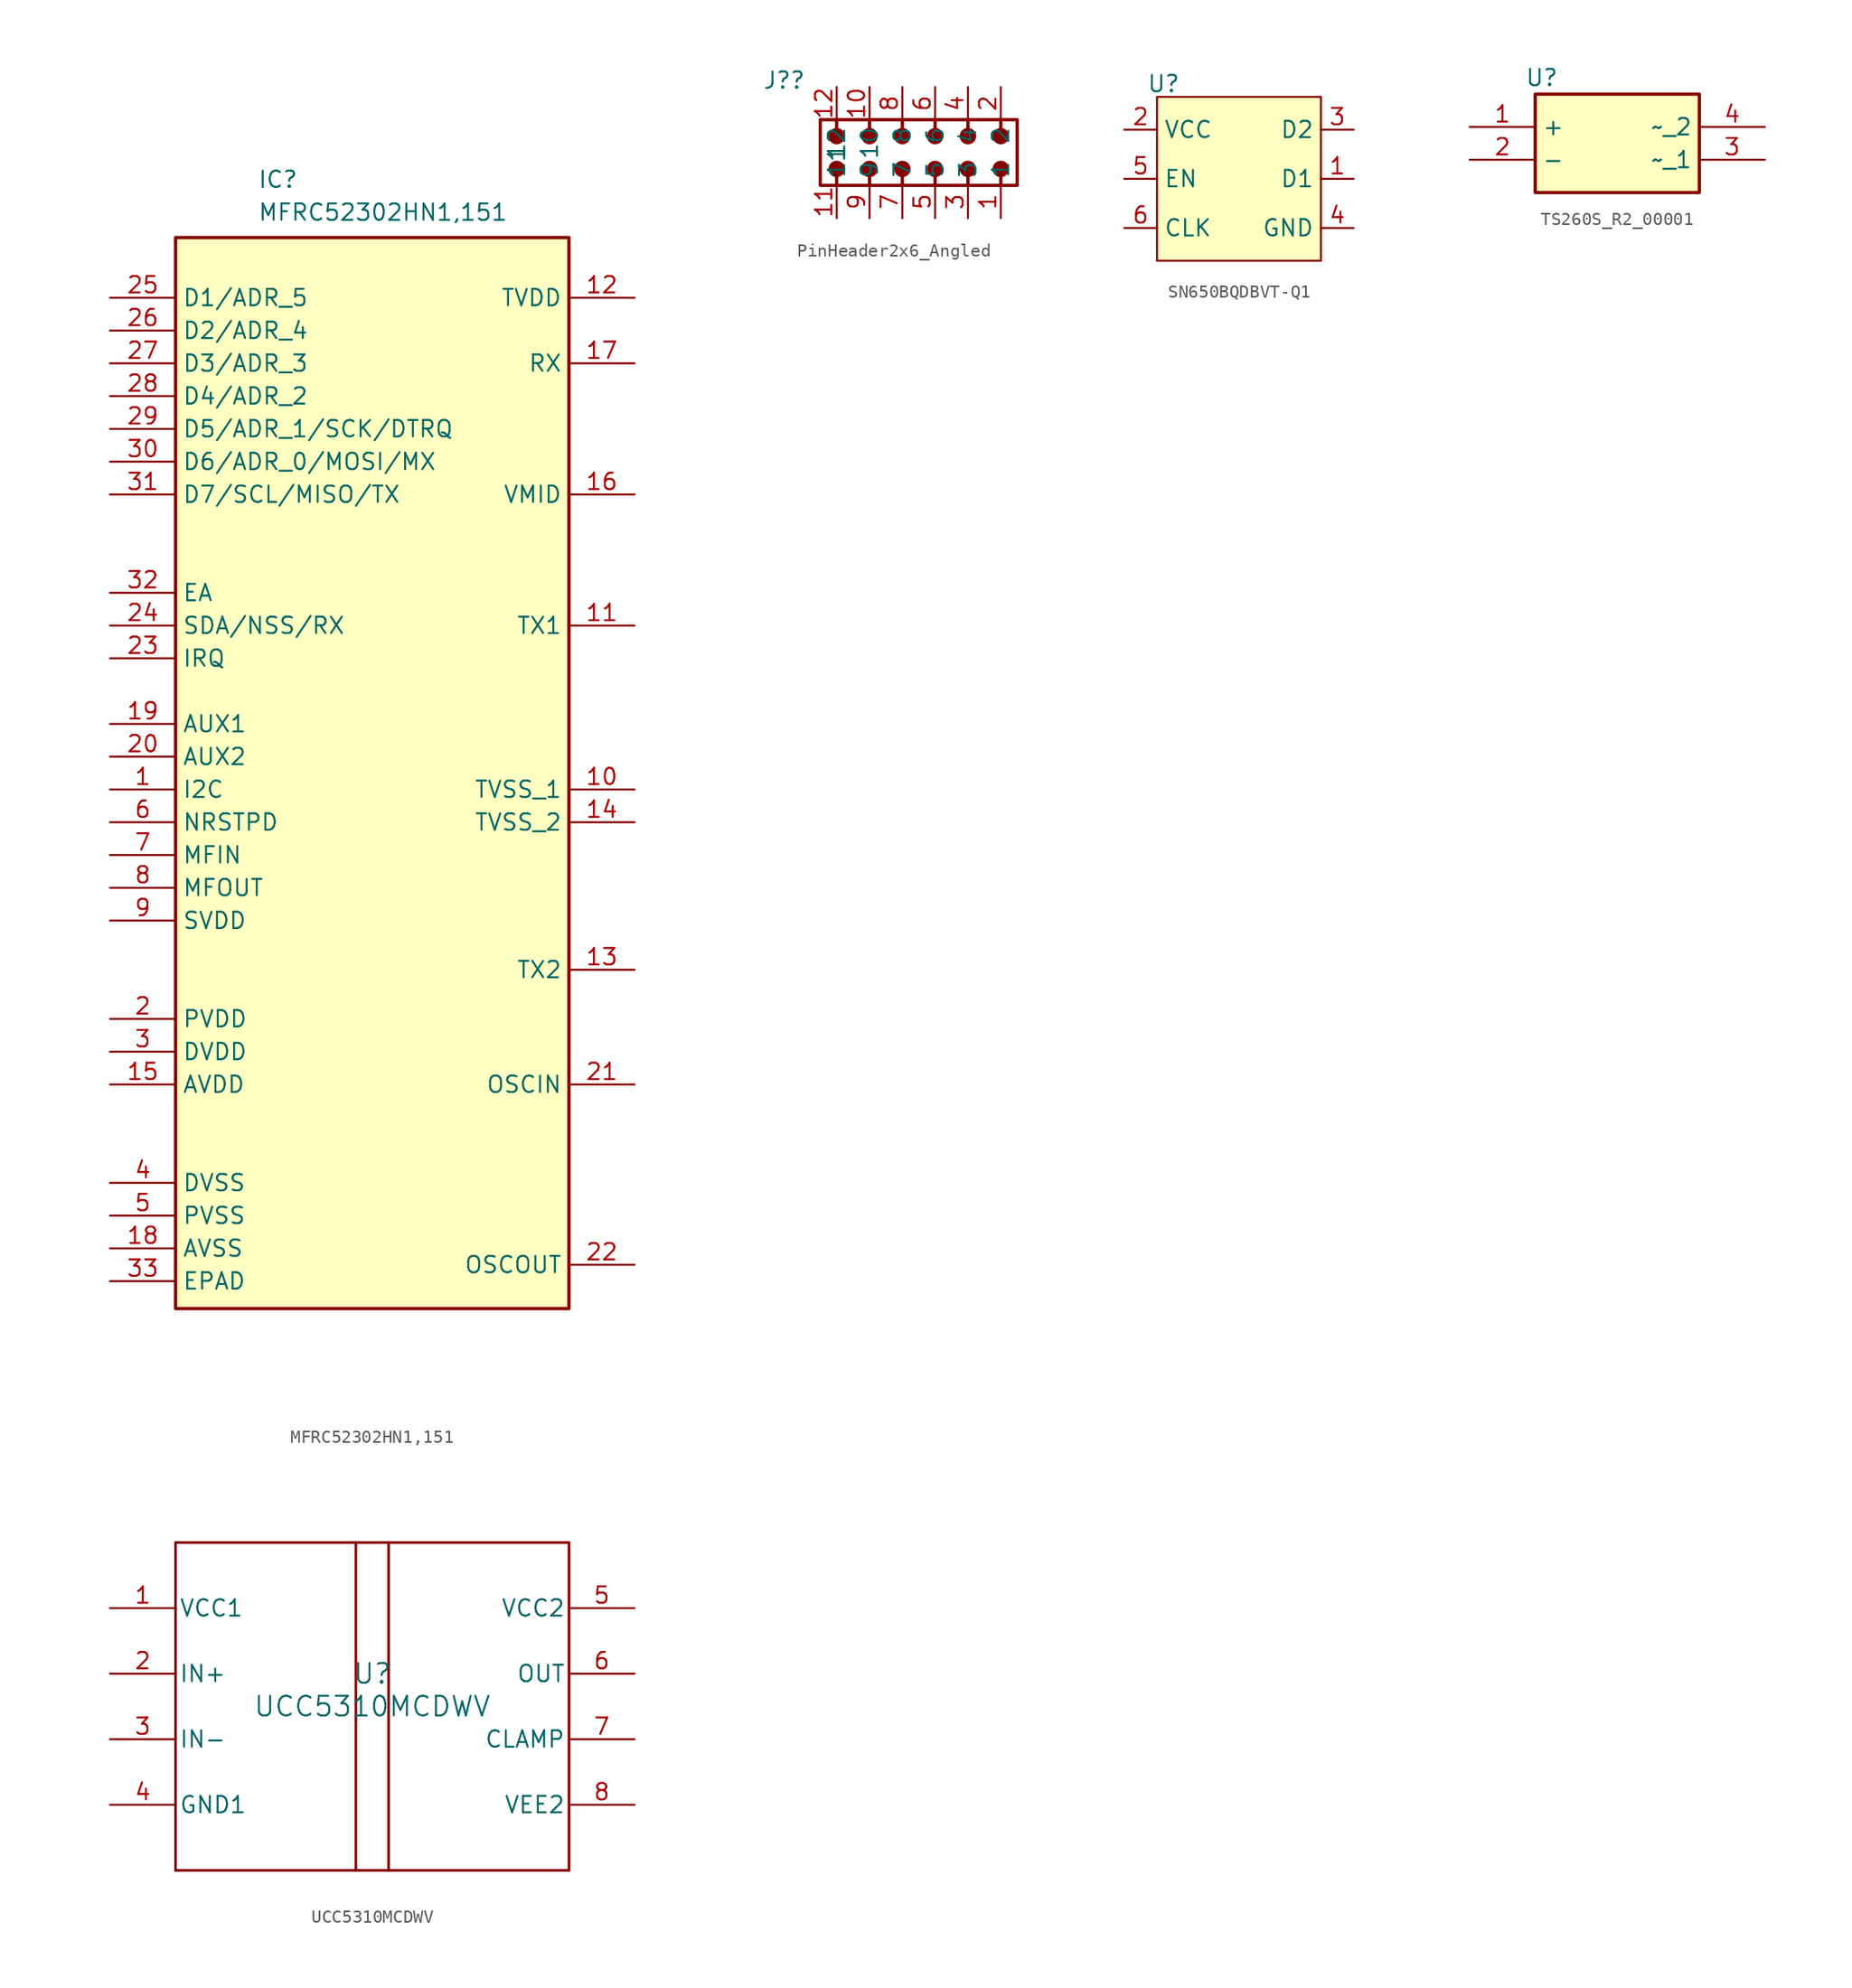
<source format=kicad_sym>
(kicad_symbol_lib
  (version 20241209)
  (generator "kicad_symbol_editor")
  (generator_version "9.0")
  (symbol "MFRC52302HN1,151"
    (property "Reference" "IC"
      (at -8.89 46.736 0)
      (effects (font (size 1.27 1.27)) (justify left top)))
    (property "Value" "MFRC52302HN1,151"
      (at -8.89 44.196 0)
      (effects (font (size 1.27 1.27)) (justify left top)))
    (symbol "MFRC52302HN1,151_1_1"
      (rectangle (start -15.24 41.497) (end 15.24 -41.497) (stroke (width 0.254) (type default)) (fill (type background)))
      (pin passive line (at -20.32 36.83 0) (length 5.08) (name "D1/ADR_5" (effects (font (size 1.27 1.27)))) (number "25" (effects (font (size 1.27 1.27)))))
      (pin passive line (at -20.32 34.29 0) (length 5.08) (name "D2/ADR_4" (effects (font (size 1.27 1.27)))) (number "26" (effects (font (size 1.27 1.27)))))
      (pin passive line (at -20.32 31.75 0) (length 5.08) (name "D3/ADR_3" (effects (font (size 1.27 1.27)))) (number "27" (effects (font (size 1.27 1.27)))))
      (pin passive line (at -20.32 29.21 0) (length 5.08) (name "D4/ADR_2" (effects (font (size 1.27 1.27)))) (number "28" (effects (font (size 1.27 1.27)))))
      (pin passive line (at -20.32 26.67 0) (length 5.08) (name "D5/ADR_1/SCK/DTRQ" (effects (font (size 1.27 1.27)))) (number "29" (effects (font (size 1.27 1.27)))))
      (pin passive line (at -20.32 24.13 0) (length 5.08) (name "D6/ADR_0/MOSI/MX" (effects (font (size 1.27 1.27)))) (number "30" (effects (font (size 1.27 1.27)))))
      (pin passive line (at -20.32 21.59 0) (length 5.08) (name "D7/SCL/MISO/TX" (effects (font (size 1.27 1.27)))) (number "31" (effects (font (size 1.27 1.27)))))
      (pin passive line (at -20.32 13.97 0) (length 5.08) (name "EA" (effects (font (size 1.27 1.27)))) (number "32" (effects (font (size 1.27 1.27)))))
      (pin passive line (at -20.32 11.43 0) (length 5.08) (name "SDA/NSS/RX" (effects (font (size 1.27 1.27)))) (number "24" (effects (font (size 1.27 1.27)))))
      (pin passive line (at -20.32 8.89 0) (length 5.08) (name "IRQ" (effects (font (size 1.27 1.27)))) (number "23" (effects (font (size 1.27 1.27)))))
      (pin passive line (at -20.32 3.81 0) (length 5.08) (name "AUX1" (effects (font (size 1.27 1.27)))) (number "19" (effects (font (size 1.27 1.27)))))
      (pin passive line (at -20.32 1.27 0) (length 5.08) (name "AUX2" (effects (font (size 1.27 1.27)))) (number "20" (effects (font (size 1.27 1.27)))))
      (pin passive line (at -20.32 -1.27 0) (length 5.08) (name "I2C" (effects (font (size 1.27 1.27)))) (number "1" (effects (font (size 1.27 1.27)))))
      (pin passive line (at -20.32 -3.81 0) (length 5.08) (name "NRSTPD" (effects (font (size 1.27 1.27)))) (number "6" (effects (font (size 1.27 1.27)))))
      (pin passive line (at -20.32 -6.35 0) (length 5.08) (name "MFIN" (effects (font (size 1.27 1.27)))) (number "7" (effects (font (size 1.27 1.27)))))
      (pin passive line (at -20.32 -8.89 0) (length 5.08) (name "MFOUT" (effects (font (size 1.27 1.27)))) (number "8" (effects (font (size 1.27 1.27)))))
      (pin passive line (at -20.32 -11.43 0) (length 5.08) (name "SVDD" (effects (font (size 1.27 1.27)))) (number "9" (effects (font (size 1.27 1.27)))))
      (pin passive line (at -20.32 -19.05 0) (length 5.08) (name "PVDD" (effects (font (size 1.27 1.27)))) (number "2" (effects (font (size 1.27 1.27)))))
      (pin passive line (at -20.32 -21.59 0) (length 5.08) (name "DVDD" (effects (font (size 1.27 1.27)))) (number "3" (effects (font (size 1.27 1.27)))))
      (pin passive line (at -20.32 -24.13 0) (length 5.08) (name "AVDD" (effects (font (size 1.27 1.27)))) (number "15" (effects (font (size 1.27 1.27)))))
      (pin passive line (at -20.32 -31.75 0) (length 5.08) (name "DVSS" (effects (font (size 1.27 1.27)))) (number "4" (effects (font (size 1.27 1.27)))))
      (pin passive line (at -20.32 -34.29 0) (length 5.08) (name "PVSS" (effects (font (size 1.27 1.27)))) (number "5" (effects (font (size 1.27 1.27)))))
      (pin passive line (at -20.32 -36.83 0) (length 5.08) (name "AVSS" (effects (font (size 1.27 1.27)))) (number "18" (effects (font (size 1.27 1.27)))))
      (pin passive line (at -20.32 -39.37 0) (length 5.08) (name "EPAD" (effects (font (size 1.27 1.27)))) (number "33" (effects (font (size 1.27 1.27)))))
      (pin passive line (at 20.32 36.83 180) (length 5.08) (name "TVDD" (effects (font (size 1.27 1.27)))) (number "12" (effects (font (size 1.27 1.27)))))
      (pin passive line (at 20.32 31.75 180) (length 5.08) (name "RX" (effects (font (size 1.27 1.27)))) (number "17" (effects (font (size 1.27 1.27)))))
      (pin passive line (at 20.32 21.59 180) (length 5.08) (name "VMID" (effects (font (size 1.27 1.27)))) (number "16" (effects (font (size 1.27 1.27)))))
      (pin passive line (at 20.32 11.43 180) (length 5.08) (name "TX1" (effects (font (size 1.27 1.27)))) (number "11" (effects (font (size 1.27 1.27)))))
      (pin passive line (at 20.32 -1.27 180) (length 5.08) (name "TVSS_1" (effects (font (size 1.27 1.27)))) (number "10" (effects (font (size 1.27 1.27)))))
      (pin passive line (at 20.32 -3.81 180) (length 5.08) (name "TVSS_2" (effects (font (size 1.27 1.27)))) (number "14" (effects (font (size 1.27 1.27)))))
      (pin passive line (at 20.32 -15.24 180) (length 5.08) (name "TX2" (effects (font (size 1.27 1.27)))) (number "13" (effects (font (size 1.27 1.27)))))
      (pin passive line (at 20.32 -24.13 180) (length 5.08) (name "OSCIN" (effects (font (size 1.27 1.27)))) (number "21" (effects (font (size 1.27 1.27)))))
      (pin passive line (at 20.32 -38.1 180) (length 5.08) (name "OSCOUT" (effects (font (size 1.27 1.27)))) (number "22" (effects (font (size 1.27 1.27)))))))
  (symbol "PinHeader2x6_Angled"
    (property "Reference" "J?"
      (at -10.414 5.588 0)
      (effects (font (size 1.27 1.27))))
    (property "Value" ""
      (at 0 0 0)
      (effects (font (size 1.27 1.27))))
    (symbol "PinHeader2x6_Angled_1_1"
      (polyline (pts (xy -6.35 1.778) (xy -6.35 2.54)) (stroke (width 0.254) (type solid)) (fill (type none)))
      (circle (center -6.35 1.27) (radius 0.508) (stroke (width 0.254) (type solid)) (fill (type outline)))
      (circle (center -6.35 -1.27) (radius 0.508) (stroke (width 0.254) (type solid)) (fill (type outline)))
      (polyline (pts (xy -6.35 -1.778) (xy -6.35 -2.54)) (stroke (width 0.254) (type solid)) (fill (type none)))
      (polyline (pts (xy -3.81 1.778) (xy -3.81 2.54)) (stroke (width 0.254) (type solid)) (fill (type none)))
      (circle (center -3.81 1.27) (radius 0.508) (stroke (width 0.254) (type solid)) (fill (type outline)))
      (circle (center -3.81 -1.27) (radius 0.508) (stroke (width 0.254) (type solid)) (fill (type outline)))
      (polyline (pts (xy -3.81 -1.778) (xy -3.81 -2.54)) (stroke (width 0.254) (type solid)) (fill (type none)))
      (polyline (pts (xy -1.27 1.778) (xy -1.27 2.54)) (stroke (width 0.254) (type solid)) (fill (type none)))
      (circle (center -1.27 1.27) (radius 0.508) (stroke (width 0.254) (type solid)) (fill (type outline)))
      (circle (center -1.27 -1.27) (radius 0.508) (stroke (width 0.254) (type solid)) (fill (type outline)))
      (polyline (pts (xy -1.27 -1.778) (xy -1.27 -2.54)) (stroke (width 0.254) (type solid)) (fill (type none)))
      (polyline (pts (xy 1.27 1.778) (xy 1.27 2.54)) (stroke (width 0.254) (type solid)) (fill (type none)))
      (circle (center 1.27 1.27) (radius 0.508) (stroke (width 0.254) (type solid)) (fill (type outline)))
      (circle (center 1.27 -1.27) (radius 0.508) (stroke (width 0.254) (type solid)) (fill (type outline)))
      (polyline (pts (xy 1.27 -1.778) (xy 1.27 -2.54)) (stroke (width 0.254) (type solid)) (fill (type none)))
      (polyline (pts (xy 3.81 1.778) (xy 3.81 2.54)) (stroke (width 0.254) (type solid)) (fill (type none)))
      (circle (center 3.81 1.27) (radius 0.508) (stroke (width 0.254) (type solid)) (fill (type outline)))
      (circle (center 3.81 -1.27) (radius 0.508) (stroke (width 0.254) (type solid)) (fill (type outline)))
      (polyline (pts (xy 3.81 -1.778) (xy 3.81 -2.54)) (stroke (width 0.254) (type solid)) (fill (type none)))
      (polyline (pts (xy 6.35 1.778) (xy 6.35 2.54)) (stroke (width 0.254) (type solid)) (fill (type none)))
      (circle (center 6.35 1.27) (radius 0.508) (stroke (width 0.254) (type solid)) (fill (type outline)))
      (circle (center 6.35 -1.27) (radius 0.508) (stroke (width 0.254) (type solid)) (fill (type outline)))
      (polyline (pts (xy 6.35 -1.778) (xy 6.35 -2.54)) (stroke (width 0.254) (type solid)) (fill (type none)))
      (rectangle (start 7.62 2.54) (end -7.62 -2.54) (stroke (width 0.254) (type solid)) (fill (type none)))
      (pin passive line (at -6.35 5.08 270) (length 2.54) (name "12" (effects (font (size 1.27 1.27)))) (number "12" (effects (font (size 1.27 1.27)))))
      (pin passive line (at -6.35 -5.08 90) (length 2.54) (name "11" (effects (font (size 1.27 1.27)))) (number "11" (effects (font (size 1.27 1.27)))))
      (pin passive line (at -3.81 5.08 270) (length 2.54) (name "10" (effects (font (size 1.27 1.27)))) (number "10" (effects (font (size 1.27 1.27)))))
      (pin passive line (at -3.81 -5.08 90) (length 2.54) (name "9" (effects (font (size 1.27 1.27)))) (number "9" (effects (font (size 1.27 1.27)))))
      (pin passive line (at -1.27 5.08 270) (length 2.54) (name "8" (effects (font (size 1.27 1.27)))) (number "8" (effects (font (size 1.27 1.27)))))
      (pin passive line (at -1.27 -5.08 90) (length 2.54) (name "7" (effects (font (size 1.27 1.27)))) (number "7" (effects (font (size 1.27 1.27)))))
      (pin passive line (at 1.27 5.08 270) (length 2.54) (name "6" (effects (font (size 1.27 1.27)))) (number "6" (effects (font (size 1.27 1.27)))))
      (pin passive line (at 1.27 -5.08 90) (length 2.54) (name "5" (effects (font (size 1.27 1.27)))) (number "5" (effects (font (size 1.27 1.27)))))
      (pin passive line (at 3.81 5.08 270) (length 2.54) (name "4" (effects (font (size 1.27 1.27)))) (number "4" (effects (font (size 1.27 1.27)))))
      (pin passive line (at 3.81 -5.08 90) (length 2.54) (name "3" (effects (font (size 1.27 1.27)))) (number "3" (effects (font (size 1.27 1.27)))))
      (pin passive line (at 6.35 5.08 270) (length 2.54) (name "2" (effects (font (size 1.27 1.27)))) (number "2" (effects (font (size 1.27 1.27)))))
      (pin passive line (at 6.35 -5.08 90) (length 2.54) (name "1" (effects (font (size 1.27 1.27)))) (number "1" (effects (font (size 1.27 1.27)))))))
  (symbol "SN650BQDBVT-Q1"
    (property "Reference" "U"
      (at -5.842 7.366 0)
      (effects (font (size 1.27 1.27))))
    (property "Value" ""
      (at 0 0 0)
      (effects (font (size 1.27 1.27))))
    (symbol "SN650BQDBVT-Q1_1_1"
      (rectangle (start -6.35 6.35) (end 6.35 -6.35) (stroke (width 0) (type solid)) (fill (type background)))
      (pin power_in line (at -8.89 3.81 0) (length 2.54) (name "VCC" (effects (font (size 1.27 1.27)))) (number "2" (effects (font (size 1.27 1.27)))))
      (pin input line (at -8.89 0 0) (length 2.54) (name "EN" (effects (font (size 1.27 1.27)))) (number "5" (effects (font (size 1.27 1.27)))))
      (pin input line (at -8.89 -3.81 0) (length 2.54) (name "CLK" (effects (font (size 1.27 1.27)))) (number "6" (effects (font (size 1.27 1.27)))))
      (pin output line (at 8.89 3.81 180) (length 2.54) (name "D2" (effects (font (size 1.27 1.27)))) (number "3" (effects (font (size 1.27 1.27)))))
      (pin output line (at 8.89 0 180) (length 2.54) (name "D1" (effects (font (size 1.27 1.27)))) (number "1" (effects (font (size 1.27 1.27)))))
      (pin power_out line (at 8.89 -3.81 180) (length 2.54) (name "GND" (effects (font (size 1.27 1.27)))) (number "4" (effects (font (size 1.27 1.27)))))))
  (symbol "TS260S_R2_00001"
    (property "Reference" "U"
      (at -5.842 5.08 0)
      (effects (font (size 1.27 1.27))))
    (property "Value" ""
      (at 0 0 0)
      (effects (font (size 1.27 1.27))))
    (symbol "TS260S_R2_00001_1_1"
      (rectangle (start -6.35 3.81) (end 6.35 -3.81) (stroke (width 0.254) (type default)) (fill (type background)))
      (pin passive line (at -11.43 1.27 0) (length 5.08) (name "+" (effects (font (size 1.27 1.27)))) (number "1" (effects (font (size 1.27 1.27)))))
      (pin passive line (at -11.43 -1.27 0) (length 5.08) (name "-" (effects (font (size 1.27 1.27)))) (number "2" (effects (font (size 1.27 1.27)))))
      (pin passive line (at 11.43 1.27 180) (length 5.08) (name "~_2" (effects (font (size 1.27 1.27)))) (number "4" (effects (font (size 1.27 1.27)))))
      (pin passive line (at 11.43 -1.27 180) (length 5.08) (name "~_1" (effects (font (size 1.27 1.27)))) (number "3" (effects (font (size 1.27 1.27)))))))
  (symbol "UCC5310MCDWV"
    (pin_names
      (offset 0.254))
    (property "Reference" "U"
      (at 0 2.54 0)
      (effects (font (size 1.524 1.524))))
    (property "Value" "UCC5310MCDWV"
      (at 0 0 0)
      (effects (font (size 1.524 1.524))))
    (symbol "UCC5310MCDWV_0_1"
      (polyline (pts (xy -15.24 12.7) (xy -15.24 -12.7)) (stroke (width 0.203) (type default)) (fill (type none)))
      (polyline (pts (xy -15.24 -12.7) (xy 15.24 -12.7)) (stroke (width 0.203) (type default)) (fill (type none)))
      (polyline (pts (xy -1.27 -12.7) (xy -1.27 12.7)) (stroke (width 0.203) (type default)) (fill (type none)))
      (polyline (pts (xy 1.27 -12.7) (xy 1.27 12.7)) (stroke (width 0.203) (type default)) (fill (type none)))
      (polyline (pts (xy 15.24 12.7) (xy -15.24 12.7)) (stroke (width 0.203) (type default)) (fill (type none)))
      (polyline (pts (xy 15.24 -12.7) (xy 15.24 12.7)) (stroke (width 0.203) (type default)) (fill (type none)))
      (pin power_in line (at -20.32 7.62 0) (length 5.08) (name "VCC1" (effects (font (size 1.27 1.27)))) (number "1" (effects (font (size 1.27 1.27)))))
      (pin input line (at -20.32 2.54 0) (length 5.08) (name "IN+" (effects (font (size 1.27 1.27)))) (number "2" (effects (font (size 1.27 1.27)))))
      (pin input line (at -20.32 -2.54 0) (length 5.08) (name "IN-" (effects (font (size 1.27 1.27)))) (number "3" (effects (font (size 1.27 1.27)))))
      (pin power_in line (at -20.32 -7.62 0) (length 5.08) (name "GND1" (effects (font (size 1.27 1.27)))) (number "4" (effects (font (size 1.27 1.27)))))
      (pin power_in line (at 20.32 7.62 180) (length 5.08) (name "VCC2" (effects (font (size 1.27 1.27)))) (number "5" (effects (font (size 1.27 1.27)))))
      (pin output line (at 20.32 2.54 180) (length 5.08) (name "OUT" (effects (font (size 1.27 1.27)))) (number "6" (effects (font (size 1.27 1.27)))))
      (pin output line (at 20.32 -2.54 180) (length 5.08) (name "CLAMP" (effects (font (size 1.27 1.27)))) (number "7" (effects (font (size 1.27 1.27)))))
      (pin power_in line (at 20.32 -7.62 180) (length 5.08) (name "VEE2" (effects (font (size 1.27 1.27)))) (number "8" (effects (font (size 1.27 1.27))))))))
</source>
